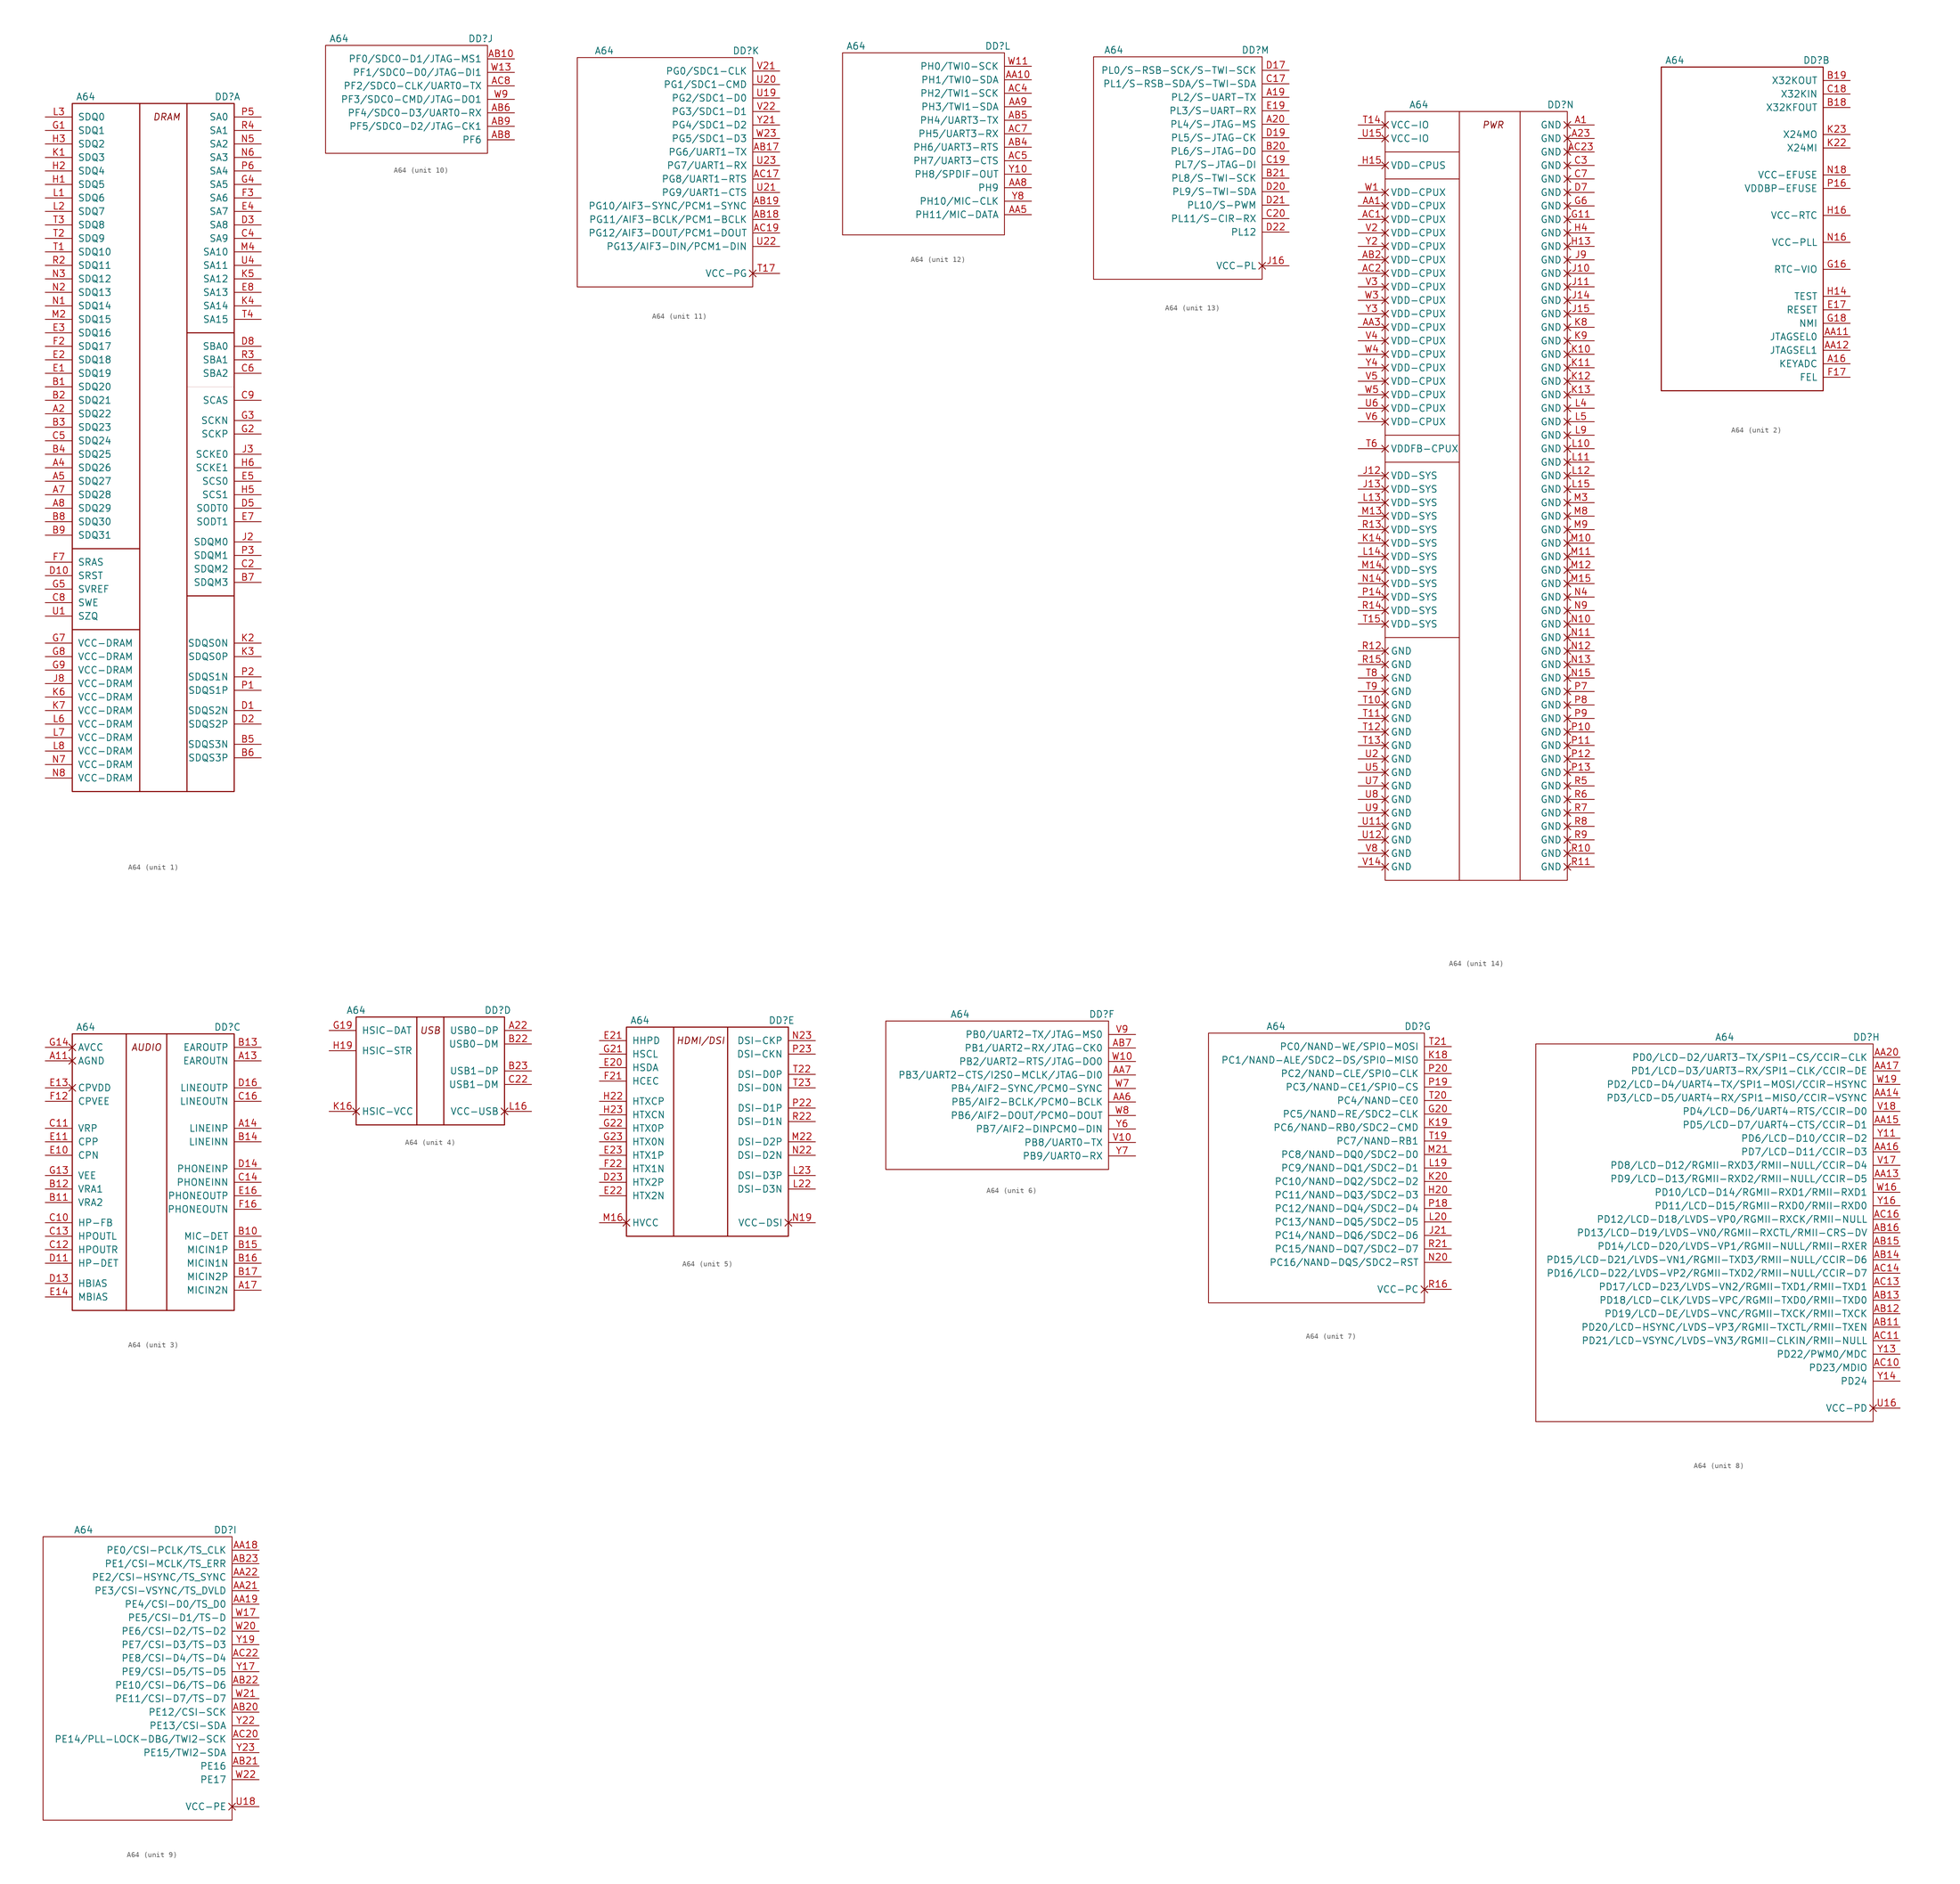
<source format=kicad_sym>
(kicad_symbol_lib
  (version 20211014)
  (generator kicad_symbol_editor)
  (symbol "A64"
    (pin_names
      (offset 1.016))
    (property "Reference" "DD"
      (at -1.27 1.27 0)
      (effects (font (size 1.27 1.27))))
    (property "Value" "A64"
      (at -27.94 1.27 0)
      (effects (font (size 1.27 1.27))))
    (property "ki_locked" ""
      (at 0 0 0)
      (effects (font (size 1.27 1.27))))
    (symbol "A64_1_0"
      (pin passive line (at -35.56 -58.42 0) (length 5.08) (name "SDQ22" (effects (font (size 1.27 1.27)))) (number "A2" (effects (font (size 1.27 1.27)))))
      (pin passive line (at -35.56 -68.58 0) (length 5.08) (name "SDQ26" (effects (font (size 1.27 1.27)))) (number "A4" (effects (font (size 1.27 1.27)))))
      (pin passive line (at -35.56 -71.12 0) (length 5.08) (name "SDQ27" (effects (font (size 1.27 1.27)))) (number "A5" (effects (font (size 1.27 1.27)))))
      (pin passive line (at -35.56 -73.66 0) (length 5.08) (name "SDQ28" (effects (font (size 1.27 1.27)))) (number "A7" (effects (font (size 1.27 1.27)))))
      (pin passive line (at -35.56 -76.2 0) (length 5.08) (name "SDQ29" (effects (font (size 1.27 1.27)))) (number "A8" (effects (font (size 1.27 1.27)))))
      (pin passive line (at -35.56 -53.34 0) (length 5.08) (name "SDQ20" (effects (font (size 1.27 1.27)))) (number "B1" (effects (font (size 1.27 1.27)))))
      (pin passive line (at -35.56 -55.88 0) (length 5.08) (name "SDQ21" (effects (font (size 1.27 1.27)))) (number "B2" (effects (font (size 1.27 1.27)))))
      (pin passive line (at -35.56 -60.96 0) (length 5.08) (name "SDQ23" (effects (font (size 1.27 1.27)))) (number "B3" (effects (font (size 1.27 1.27)))))
      (pin passive line (at -35.56 -66.04 0) (length 5.08) (name "SDQ25" (effects (font (size 1.27 1.27)))) (number "B4" (effects (font (size 1.27 1.27)))))
      (pin passive line (at 5.08 -120.65 180) (length 5.08) (name "SDQS3N" (effects (font (size 1.27 1.27)))) (number "B5" (effects (font (size 1.27 1.27)))))
      (pin passive line (at 5.08 -123.19 180) (length 5.08) (name "SDQS3P" (effects (font (size 1.27 1.27)))) (number "B6" (effects (font (size 1.27 1.27)))))
      (pin passive line (at 5.08 -90.17 180) (length 5.08) (name "SDQM3" (effects (font (size 1.27 1.27)))) (number "B7" (effects (font (size 1.27 1.27)))))
      (pin passive line (at -35.56 -78.74 0) (length 5.08) (name "SDQ30" (effects (font (size 1.27 1.27)))) (number "B8" (effects (font (size 1.27 1.27)))))
      (pin passive line (at -35.56 -81.28 0) (length 5.08) (name "SDQ31" (effects (font (size 1.27 1.27)))) (number "B9" (effects (font (size 1.27 1.27)))))
      (pin passive line (at 5.08 -87.63 180) (length 5.08) (name "SDQM2" (effects (font (size 1.27 1.27)))) (number "C2" (effects (font (size 1.27 1.27)))))
      (pin passive line (at 5.08 -25.4 180) (length 5.08) (name "SA9" (effects (font (size 1.27 1.27)))) (number "C4" (effects (font (size 1.27 1.27)))))
      (pin passive line (at -35.56 -63.5 0) (length 5.08) (name "SDQ24" (effects (font (size 1.27 1.27)))) (number "C5" (effects (font (size 1.27 1.27)))))
      (pin passive line (at 5.08 -50.8 180) (length 5.08) (name "SBA2" (effects (font (size 1.27 1.27)))) (number "C6" (effects (font (size 1.27 1.27)))))
      (pin passive line (at -35.56 -93.98 0) (length 5.08) (name "SWE" (effects (font (size 1.27 1.27)))) (number "C8" (effects (font (size 1.27 1.27)))))
      (pin passive line (at 5.08 -55.88 180) (length 5.08) (name "SCAS" (effects (font (size 1.27 1.27)))) (number "C9" (effects (font (size 1.27 1.27)))))
      (pin passive line (at 5.08 -114.3 180) (length 5.08) (name "SDQS2N" (effects (font (size 1.27 1.27)))) (number "D1" (effects (font (size 1.27 1.27)))))
      (pin passive line (at -35.56 -88.9 0) (length 5.08) (name "SRST" (effects (font (size 1.27 1.27)))) (number "D10" (effects (font (size 1.27 1.27)))))
      (pin passive line (at 5.08 -116.84 180) (length 5.08) (name "SDQS2P" (effects (font (size 1.27 1.27)))) (number "D2" (effects (font (size 1.27 1.27)))))
      (pin passive line (at 5.08 -22.86 180) (length 5.08) (name "SA8" (effects (font (size 1.27 1.27)))) (number "D3" (effects (font (size 1.27 1.27)))))
      (pin passive line (at 5.08 -76.2 180) (length 5.08) (name "SODT0" (effects (font (size 1.27 1.27)))) (number "D5" (effects (font (size 1.27 1.27)))))
      (pin passive line (at 5.08 -45.72 180) (length 5.08) (name "SBA0" (effects (font (size 1.27 1.27)))) (number "D8" (effects (font (size 1.27 1.27)))))
      (pin passive line (at -35.56 -50.8 0) (length 5.08) (name "SDQ19" (effects (font (size 1.27 1.27)))) (number "E1" (effects (font (size 1.27 1.27)))))
      (pin passive line (at -35.56 -48.26 0) (length 5.08) (name "SDQ18" (effects (font (size 1.27 1.27)))) (number "E2" (effects (font (size 1.27 1.27)))))
      (pin passive line (at -35.56 -43.18 0) (length 5.08) (name "SDQ16" (effects (font (size 1.27 1.27)))) (number "E3" (effects (font (size 1.27 1.27)))))
      (pin passive line (at 5.08 -20.32 180) (length 5.08) (name "SA7" (effects (font (size 1.27 1.27)))) (number "E4" (effects (font (size 1.27 1.27)))))
      (pin passive line (at 5.08 -71.12 180) (length 5.08) (name "SCS0" (effects (font (size 1.27 1.27)))) (number "E5" (effects (font (size 1.27 1.27)))))
      (pin passive line (at 5.08 -78.74 180) (length 5.08) (name "SODT1" (effects (font (size 1.27 1.27)))) (number "E7" (effects (font (size 1.27 1.27)))))
      (pin passive line (at 5.08 -35.56 180) (length 5.08) (name "SA13" (effects (font (size 1.27 1.27)))) (number "E8" (effects (font (size 1.27 1.27)))))
      (pin passive line (at -35.56 -45.72 0) (length 5.08) (name "SDQ17" (effects (font (size 1.27 1.27)))) (number "F2" (effects (font (size 1.27 1.27)))))
      (pin passive line (at 5.08 -17.78 180) (length 5.08) (name "SA6" (effects (font (size 1.27 1.27)))) (number "F3" (effects (font (size 1.27 1.27)))))
      (pin passive line (at -35.56 -86.36 0) (length 5.08) (name "SRAS" (effects (font (size 1.27 1.27)))) (number "F7" (effects (font (size 1.27 1.27)))))
      (pin passive line (at -35.56 -5.08 0) (length 5.08) (name "SDQ1" (effects (font (size 1.27 1.27)))) (number "G1" (effects (font (size 1.27 1.27)))))
      (pin passive line (at 5.08 -62.23 180) (length 5.08) (name "SCKP" (effects (font (size 1.27 1.27)))) (number "G2" (effects (font (size 1.27 1.27)))))
      (pin passive line (at 5.08 -59.69 180) (length 5.08) (name "SCKN" (effects (font (size 1.27 1.27)))) (number "G3" (effects (font (size 1.27 1.27)))))
      (pin passive line (at 5.08 -15.24 180) (length 5.08) (name "SA5" (effects (font (size 1.27 1.27)))) (number "G4" (effects (font (size 1.27 1.27)))))
      (pin passive line (at -35.56 -91.44 0) (length 5.08) (name "SVREF" (effects (font (size 1.27 1.27)))) (number "G5" (effects (font (size 1.27 1.27)))))
      (pin passive line (at -35.56 -101.6 0) (length 5.08) (name "VCC-DRAM" (effects (font (size 1.27 1.27)))) (number "G7" (effects (font (size 1.27 1.27)))))
      (pin passive line (at -35.56 -104.14 0) (length 5.08) (name "VCC-DRAM" (effects (font (size 1.27 1.27)))) (number "G8" (effects (font (size 1.27 1.27)))))
      (pin passive line (at -35.56 -106.68 0) (length 5.08) (name "VCC-DRAM" (effects (font (size 1.27 1.27)))) (number "G9" (effects (font (size 1.27 1.27)))))
      (pin passive line (at -35.56 -15.24 0) (length 5.08) (name "SDQ5" (effects (font (size 1.27 1.27)))) (number "H1" (effects (font (size 1.27 1.27)))))
      (pin passive line (at -35.56 -12.7 0) (length 5.08) (name "SDQ4" (effects (font (size 1.27 1.27)))) (number "H2" (effects (font (size 1.27 1.27)))))
      (pin passive line (at -35.56 -7.62 0) (length 5.08) (name "SDQ2" (effects (font (size 1.27 1.27)))) (number "H3" (effects (font (size 1.27 1.27)))))
      (pin passive line (at 5.08 -73.66 180) (length 5.08) (name "SCS1" (effects (font (size 1.27 1.27)))) (number "H5" (effects (font (size 1.27 1.27)))))
      (pin passive line (at 5.08 -68.58 180) (length 5.08) (name "SCKE1" (effects (font (size 1.27 1.27)))) (number "H6" (effects (font (size 1.27 1.27)))))
      (pin passive line (at 5.08 -82.55 180) (length 5.08) (name "SDQM0" (effects (font (size 1.27 1.27)))) (number "J2" (effects (font (size 1.27 1.27)))))
      (pin passive line (at 5.08 -66.04 180) (length 5.08) (name "SCKE0" (effects (font (size 1.27 1.27)))) (number "J3" (effects (font (size 1.27 1.27)))))
      (pin passive line (at -35.56 -109.22 0) (length 5.08) (name "VCC-DRAM" (effects (font (size 1.27 1.27)))) (number "J8" (effects (font (size 1.27 1.27)))))
      (pin passive line (at -35.56 -10.16 0) (length 5.08) (name "SDQ3" (effects (font (size 1.27 1.27)))) (number "K1" (effects (font (size 1.27 1.27)))))
      (pin passive line (at 5.08 -101.6 180) (length 5.08) (name "SDQS0N" (effects (font (size 1.27 1.27)))) (number "K2" (effects (font (size 1.27 1.27)))))
      (pin passive line (at 5.08 -104.14 180) (length 5.08) (name "SDQS0P" (effects (font (size 1.27 1.27)))) (number "K3" (effects (font (size 1.27 1.27)))))
      (pin passive line (at 5.08 -38.1 180) (length 5.08) (name "SA14" (effects (font (size 1.27 1.27)))) (number "K4" (effects (font (size 1.27 1.27)))))
      (pin passive line (at 5.08 -33.02 180) (length 5.08) (name "SA12" (effects (font (size 1.27 1.27)))) (number "K5" (effects (font (size 1.27 1.27)))))
      (pin passive line (at -35.56 -111.76 0) (length 5.08) (name "VCC-DRAM" (effects (font (size 1.27 1.27)))) (number "K6" (effects (font (size 1.27 1.27)))))
      (pin passive line (at -35.56 -114.3 0) (length 5.08) (name "VCC-DRAM" (effects (font (size 1.27 1.27)))) (number "K7" (effects (font (size 1.27 1.27)))))
      (pin passive line (at -35.56 -17.78 0) (length 5.08) (name "SDQ6" (effects (font (size 1.27 1.27)))) (number "L1" (effects (font (size 1.27 1.27)))))
      (pin passive line (at -35.56 -20.32 0) (length 5.08) (name "SDQ7" (effects (font (size 1.27 1.27)))) (number "L2" (effects (font (size 1.27 1.27)))))
      (pin passive line (at -35.56 -2.54 0) (length 5.08) (name "SDQ0" (effects (font (size 1.27 1.27)))) (number "L3" (effects (font (size 1.27 1.27)))))
      (pin passive line (at -35.56 -116.84 0) (length 5.08) (name "VCC-DRAM" (effects (font (size 1.27 1.27)))) (number "L6" (effects (font (size 1.27 1.27)))))
      (pin passive line (at -35.56 -119.38 0) (length 5.08) (name "VCC-DRAM" (effects (font (size 1.27 1.27)))) (number "L7" (effects (font (size 1.27 1.27)))))
      (pin passive line (at -35.56 -121.92 0) (length 5.08) (name "VCC-DRAM" (effects (font (size 1.27 1.27)))) (number "L8" (effects (font (size 1.27 1.27)))))
      (pin passive line (at -35.56 -40.64 0) (length 5.08) (name "SDQ15" (effects (font (size 1.27 1.27)))) (number "M2" (effects (font (size 1.27 1.27)))))
      (pin passive line (at 5.08 -27.94 180) (length 5.08) (name "SA10" (effects (font (size 1.27 1.27)))) (number "M4" (effects (font (size 1.27 1.27)))))
      (pin passive line (at -35.56 -38.1 0) (length 5.08) (name "SDQ14" (effects (font (size 1.27 1.27)))) (number "N1" (effects (font (size 1.27 1.27)))))
      (pin passive line (at -35.56 -35.56 0) (length 5.08) (name "SDQ13" (effects (font (size 1.27 1.27)))) (number "N2" (effects (font (size 1.27 1.27)))))
      (pin passive line (at -35.56 -33.02 0) (length 5.08) (name "SDQ12" (effects (font (size 1.27 1.27)))) (number "N3" (effects (font (size 1.27 1.27)))))
      (pin passive line (at 5.08 -7.62 180) (length 5.08) (name "SA2" (effects (font (size 1.27 1.27)))) (number "N5" (effects (font (size 1.27 1.27)))))
      (pin passive line (at 5.08 -10.16 180) (length 5.08) (name "SA3" (effects (font (size 1.27 1.27)))) (number "N6" (effects (font (size 1.27 1.27)))))
      (pin passive line (at -35.56 -124.46 0) (length 5.08) (name "VCC-DRAM" (effects (font (size 1.27 1.27)))) (number "N7" (effects (font (size 1.27 1.27)))))
      (pin passive line (at -35.56 -127 0) (length 5.08) (name "VCC-DRAM" (effects (font (size 1.27 1.27)))) (number "N8" (effects (font (size 1.27 1.27)))))
      (pin passive line (at 5.08 -110.49 180) (length 5.08) (name "SDQS1P" (effects (font (size 1.27 1.27)))) (number "P1" (effects (font (size 1.27 1.27)))))
      (pin passive line (at 5.08 -107.95 180) (length 5.08) (name "SDQS1N" (effects (font (size 1.27 1.27)))) (number "P2" (effects (font (size 1.27 1.27)))))
      (pin passive line (at 5.08 -85.09 180) (length 5.08) (name "SDQM1" (effects (font (size 1.27 1.27)))) (number "P3" (effects (font (size 1.27 1.27)))))
      (pin passive line (at 5.08 -2.54 180) (length 5.08) (name "SA0" (effects (font (size 1.27 1.27)))) (number "P5" (effects (font (size 1.27 1.27)))))
      (pin passive line (at 5.08 -12.7 180) (length 5.08) (name "SA4" (effects (font (size 1.27 1.27)))) (number "P6" (effects (font (size 1.27 1.27)))))
      (pin passive line (at -35.56 -30.48 0) (length 5.08) (name "SDQ11" (effects (font (size 1.27 1.27)))) (number "R2" (effects (font (size 1.27 1.27)))))
      (pin passive line (at 5.08 -48.26 180) (length 5.08) (name "SBA1" (effects (font (size 1.27 1.27)))) (number "R3" (effects (font (size 1.27 1.27)))))
      (pin passive line (at 5.08 -5.08 180) (length 5.08) (name "SA1" (effects (font (size 1.27 1.27)))) (number "R4" (effects (font (size 1.27 1.27)))))
      (pin passive line (at -35.56 -27.94 0) (length 5.08) (name "SDQ10" (effects (font (size 1.27 1.27)))) (number "T1" (effects (font (size 1.27 1.27)))))
      (pin passive line (at -35.56 -25.4 0) (length 5.08) (name "SDQ9" (effects (font (size 1.27 1.27)))) (number "T2" (effects (font (size 1.27 1.27)))))
      (pin passive line (at -35.56 -22.86 0) (length 5.08) (name "SDQ8" (effects (font (size 1.27 1.27)))) (number "T3" (effects (font (size 1.27 1.27)))))
      (pin passive line (at 5.08 -40.64 180) (length 5.08) (name "SA15" (effects (font (size 1.27 1.27)))) (number "T4" (effects (font (size 1.27 1.27)))))
      (pin passive line (at -35.56 -96.52 0) (length 5.08) (name "SZQ" (effects (font (size 1.27 1.27)))) (number "U1" (effects (font (size 1.27 1.27)))))
      (pin passive line (at 5.08 -30.48 180) (length 5.08) (name "SA11" (effects (font (size 1.27 1.27)))) (number "U4" (effects (font (size 1.27 1.27))))))
    (symbol "A64_1_1"
      (rectangle (start -30.48 0) (end 0 -129.54) (stroke (width 0.2) (type default) (color 0 0 0 0)) (fill (type none)))
      (polyline (pts (xy -30.48 -99.06) (xy -17.78 -99.06)) (stroke (width 0.2) (type default) (color 0 0 0 0)) (fill (type none)))
      (polyline (pts (xy -30.48 -83.82) (xy -17.78 -83.82)) (stroke (width 0.2) (type default) (color 0 0 0 0)) (fill (type none)))
      (polyline (pts (xy -17.78 -129.54) (xy -17.78 0)) (stroke (width 0.2) (type default) (color 0 0 0 0)) (fill (type none)))
      (polyline (pts (xy -8.89 -129.54) (xy -8.89 0)) (stroke (width 0.2) (type default) (color 0 0 0 0)) (fill (type none)))
      (polyline (pts (xy 0 -92.71) (xy -8.89 -92.71)) (stroke (width 0.2) (type default) (color 0 0 0 0)) (fill (type none)))
      (polyline (pts (xy 0 -53.34) (xy -8.89 -53.34)) (stroke (width 0.001) (type default) (color 0 0 0 0)) (fill (type none)))
      (polyline (pts (xy 0 -43.18) (xy -8.89 -43.18)) (stroke (width 0.2) (type default) (color 0 0 0 0)) (fill (type none)))
      (text "DRAM" (at -12.7 -2.54 0) (effects (font (size 1.27 1.27) italic))))
    (symbol "A64_2_0"
      (pin passive line (at 5.08 -55.88 180) (length 5.08) (name "KEYADC" (effects (font (size 1.27 1.27)))) (number "A16" (effects (font (size 1.27 1.27)))))
      (pin passive line (at 5.08 -50.8 180) (length 5.08) (name "JTAGSEL0" (effects (font (size 1.27 1.27)))) (number "AA11" (effects (font (size 1.27 1.27)))))
      (pin passive line (at 5.08 -53.34 180) (length 5.08) (name "JTAGSEL1" (effects (font (size 1.27 1.27)))) (number "AA12" (effects (font (size 1.27 1.27)))))
      (pin passive line (at 5.08 -7.62 180) (length 5.08) (name "X32KFOUT" (effects (font (size 1.27 1.27)))) (number "B18" (effects (font (size 1.27 1.27)))))
      (pin passive line (at 5.08 -2.54 180) (length 5.08) (name "X32KOUT" (effects (font (size 1.27 1.27)))) (number "B19" (effects (font (size 1.27 1.27)))))
      (pin passive line (at 5.08 -5.08 180) (length 5.08) (name "X32KIN" (effects (font (size 1.27 1.27)))) (number "C18" (effects (font (size 1.27 1.27)))))
      (pin passive line (at 5.08 -45.72 180) (length 5.08) (name "RESET" (effects (font (size 1.27 1.27)))) (number "E17" (effects (font (size 1.27 1.27)))))
      (pin passive line (at 5.08 -58.42 180) (length 5.08) (name "FEL" (effects (font (size 1.27 1.27)))) (number "F17" (effects (font (size 1.27 1.27)))))
      (pin passive line (at 5.08 -38.1 180) (length 5.08) (name "RTC-VIO" (effects (font (size 1.27 1.27)))) (number "G16" (effects (font (size 1.27 1.27)))))
      (pin passive line (at 5.08 -48.26 180) (length 5.08) (name "NMI" (effects (font (size 1.27 1.27)))) (number "G18" (effects (font (size 1.27 1.27)))))
      (pin passive line (at 5.08 -43.18 180) (length 5.08) (name "TEST" (effects (font (size 1.27 1.27)))) (number "H14" (effects (font (size 1.27 1.27)))))
      (pin passive line (at 5.08 -27.94 180) (length 5.08) (name "VCC-RTC" (effects (font (size 1.27 1.27)))) (number "H16" (effects (font (size 1.27 1.27)))))
      (pin passive line (at 5.08 -15.24 180) (length 5.08) (name "X24MI" (effects (font (size 1.27 1.27)))) (number "K22" (effects (font (size 1.27 1.27)))))
      (pin passive line (at 5.08 -12.7 180) (length 5.08) (name "X24MO" (effects (font (size 1.27 1.27)))) (number "K23" (effects (font (size 1.27 1.27)))))
      (pin passive line (at 5.08 -33.02 180) (length 5.08) (name "VCC-PLL" (effects (font (size 1.27 1.27)))) (number "N16" (effects (font (size 1.27 1.27)))))
      (pin passive line (at 5.08 -20.32 180) (length 5.08) (name "VCC-EFUSE" (effects (font (size 1.27 1.27)))) (number "N18" (effects (font (size 1.27 1.27)))))
      (pin passive line (at 5.08 -22.86 180) (length 5.08) (name "VDDBP-EFUSE" (effects (font (size 1.27 1.27)))) (number "P16" (effects (font (size 1.27 1.27))))))
    (symbol "A64_2_1"
      (rectangle (start -30.48 0) (end 0 -60.96) (stroke (width 0.2) (type default) (color 0 0 0 0)) (fill (type none))))
    (symbol "A64_3_0"
      (pin passive non_logic (at -35.56 -5.08 0) (length 5.08) (name "AGND" (effects (font (size 1.27 1.27)))) (number "A11" (effects (font (size 1.27 1.27)))))
      (pin passive line (at 5.08 -5.08 180) (length 5.08) (name "EAROUTN" (effects (font (size 1.27 1.27)))) (number "A13" (effects (font (size 1.27 1.27)))))
      (pin passive line (at 5.08 -17.78 180) (length 5.08) (name "LINEINP" (effects (font (size 1.27 1.27)))) (number "A14" (effects (font (size 1.27 1.27)))))
      (pin passive line (at 5.08 -48.26 180) (length 5.08) (name "MICIN2N" (effects (font (size 1.27 1.27)))) (number "A17" (effects (font (size 1.27 1.27)))))
      (pin passive line (at 5.08 -38.1 180) (length 5.08) (name "MIC-DET" (effects (font (size 1.27 1.27)))) (number "B10" (effects (font (size 1.27 1.27)))))
      (pin passive line (at -35.56 -31.75 0) (length 5.08) (name "VRA2" (effects (font (size 1.27 1.27)))) (number "B11" (effects (font (size 1.27 1.27)))))
      (pin passive line (at -35.56 -29.21 0) (length 5.08) (name "VRA1" (effects (font (size 1.27 1.27)))) (number "B12" (effects (font (size 1.27 1.27)))))
      (pin passive line (at 5.08 -2.54 180) (length 5.08) (name "EAROUTP" (effects (font (size 1.27 1.27)))) (number "B13" (effects (font (size 1.27 1.27)))))
      (pin passive line (at 5.08 -20.32 180) (length 5.08) (name "LINEINN" (effects (font (size 1.27 1.27)))) (number "B14" (effects (font (size 1.27 1.27)))))
      (pin passive line (at 5.08 -40.64 180) (length 5.08) (name "MICIN1P" (effects (font (size 1.27 1.27)))) (number "B15" (effects (font (size 1.27 1.27)))))
      (pin passive line (at 5.08 -43.18 180) (length 5.08) (name "MICIN1N" (effects (font (size 1.27 1.27)))) (number "B16" (effects (font (size 1.27 1.27)))))
      (pin passive line (at 5.08 -45.72 180) (length 5.08) (name "MICIN2P" (effects (font (size 1.27 1.27)))) (number "B17" (effects (font (size 1.27 1.27)))))
      (pin passive line (at -35.56 -35.56 0) (length 5.08) (name "HP-FB" (effects (font (size 1.27 1.27)))) (number "C10" (effects (font (size 1.27 1.27)))))
      (pin passive line (at -35.56 -17.78 0) (length 5.08) (name "VRP" (effects (font (size 1.27 1.27)))) (number "C11" (effects (font (size 1.27 1.27)))))
      (pin passive line (at -35.56 -40.64 0) (length 5.08) (name "HPOUTR" (effects (font (size 1.27 1.27)))) (number "C12" (effects (font (size 1.27 1.27)))))
      (pin passive line (at -35.56 -38.1 0) (length 5.08) (name "HPOUTL" (effects (font (size 1.27 1.27)))) (number "C13" (effects (font (size 1.27 1.27)))))
      (pin passive line (at 5.08 -27.94 180) (length 5.08) (name "PHONEINN" (effects (font (size 1.27 1.27)))) (number "C14" (effects (font (size 1.27 1.27)))))
      (pin passive line (at 5.08 -12.7 180) (length 5.08) (name "LINEOUTN" (effects (font (size 1.27 1.27)))) (number "C16" (effects (font (size 1.27 1.27)))))
      (pin passive line (at -35.56 -43.18 0) (length 5.08) (name "HP-DET" (effects (font (size 1.27 1.27)))) (number "D11" (effects (font (size 1.27 1.27)))))
      (pin passive line (at -35.56 -46.99 0) (length 5.08) (name "HBIAS" (effects (font (size 1.27 1.27)))) (number "D13" (effects (font (size 1.27 1.27)))))
      (pin passive line (at 5.08 -25.4 180) (length 5.08) (name "PHONEINP" (effects (font (size 1.27 1.27)))) (number "D14" (effects (font (size 1.27 1.27)))))
      (pin passive line (at 5.08 -10.16 180) (length 5.08) (name "LINEOUTP" (effects (font (size 1.27 1.27)))) (number "D16" (effects (font (size 1.27 1.27)))))
      (pin passive line (at -35.56 -22.86 0) (length 5.08) (name "CPN" (effects (font (size 1.27 1.27)))) (number "E10" (effects (font (size 1.27 1.27)))))
      (pin passive line (at -35.56 -20.32 0) (length 5.08) (name "CPP" (effects (font (size 1.27 1.27)))) (number "E11" (effects (font (size 1.27 1.27)))))
      (pin passive non_logic (at -35.56 -10.16 0) (length 5.08) (name "CPVDD" (effects (font (size 1.27 1.27)))) (number "E13" (effects (font (size 1.27 1.27)))))
      (pin passive line (at -35.56 -49.53 0) (length 5.08) (name "MBIAS" (effects (font (size 1.27 1.27)))) (number "E14" (effects (font (size 1.27 1.27)))))
      (pin passive line (at 5.08 -30.48 180) (length 5.08) (name "PHONEOUTP" (effects (font (size 1.27 1.27)))) (number "E16" (effects (font (size 1.27 1.27)))))
      (pin passive line (at -35.56 -12.7 0) (length 5.08) (name "CPVEE" (effects (font (size 1.27 1.27)))) (number "F12" (effects (font (size 1.27 1.27)))))
      (pin passive line (at 5.08 -33.02 180) (length 5.08) (name "PHONEOUTN" (effects (font (size 1.27 1.27)))) (number "F16" (effects (font (size 1.27 1.27)))))
      (pin passive line (at -35.56 -26.67 0) (length 5.08) (name "VEE" (effects (font (size 1.27 1.27)))) (number "G13" (effects (font (size 1.27 1.27)))))
      (pin passive non_logic (at -35.56 -2.54 0) (length 5.08) (name "AVCC" (effects (font (size 1.27 1.27)))) (number "G14" (effects (font (size 1.27 1.27))))))
    (symbol "A64_3_1"
      (rectangle (start -30.48 0) (end 0 -52.07) (stroke (width 0.2) (type default) (color 0 0 0 0)) (fill (type none)))
      (polyline (pts (xy -20.32 -52.07) (xy -20.32 0)) (stroke (width 0.2) (type default) (color 0 0 0 0)) (fill (type none)))
      (polyline (pts (xy -12.7 -52.07) (xy -12.7 0)) (stroke (width 0.2) (type default) (color 0 0 0 0)) (fill (type none)))
      (text "AUDIO" (at -16.51 -2.54 0) (effects (font (size 1.27 1.27) italic))))
    (symbol "A64_4_0"
      (pin passive line (at 5.08 -2.54 180) (length 5.08) (name "USB0-DP" (effects (font (size 1.27 1.27)))) (number "A22" (effects (font (size 1.27 1.27)))))
      (pin passive line (at 5.08 -5.08 180) (length 5.08) (name "USB0-DM" (effects (font (size 1.27 1.27)))) (number "B22" (effects (font (size 1.27 1.27)))))
      (pin passive line (at 5.08 -10.16 180) (length 5.08) (name "USB1-DP" (effects (font (size 1.27 1.27)))) (number "B23" (effects (font (size 1.27 1.27)))))
      (pin passive line (at 5.08 -12.7 180) (length 5.08) (name "USB1-DM" (effects (font (size 1.27 1.27)))) (number "C22" (effects (font (size 1.27 1.27)))))
      (pin passive line (at -33.02 -2.54 0) (length 5.08) (name "HSIC-DAT" (effects (font (size 1.27 1.27)))) (number "G19" (effects (font (size 1.27 1.27)))))
      (pin passive line (at -33.02 -6.35 0) (length 5.08) (name "HSIC-STR" (effects (font (size 1.27 1.27)))) (number "H19" (effects (font (size 1.27 1.27)))))
      (pin passive non_logic (at -33.02 -17.78 0) (length 5.08) (name "HSIC-VCC" (effects (font (size 1.27 1.27)))) (number "K16" (effects (font (size 1.27 1.27)))))
      (pin passive non_logic (at 5.08 -17.78 180) (length 5.08) (name "VCC-USB" (effects (font (size 1.27 1.27)))) (number "L16" (effects (font (size 1.27 1.27))))))
    (symbol "A64_4_1"
      (rectangle (start -27.94 0) (end 0 -20.32) (stroke (width 0.2) (type default) (color 0 0 0 0)) (fill (type none)))
      (polyline (pts (xy -16.51 0) (xy -16.51 -20.32)) (stroke (width 0.2) (type default) (color 0 0 0 0)) (fill (type none)))
      (polyline (pts (xy -11.43 0) (xy -11.43 -20.32)) (stroke (width 0.2) (type default) (color 0 0 0 0)) (fill (type none)))
      (text "USB" (at -13.97 -2.54 0) (effects (font (size 1.27 1.27) italic))))
    (symbol "A64_5_0"
      (pin passive line (at -35.56 -29.21 0) (length 5.08) (name "HTX2P" (effects (font (size 1.27 1.27)))) (number "D23" (effects (font (size 1.27 1.27)))))
      (pin passive line (at -35.56 -7.62 0) (length 5.08) (name "HSDA" (effects (font (size 1.27 1.27)))) (number "E20" (effects (font (size 1.27 1.27)))))
      (pin passive line (at -35.56 -2.54 0) (length 5.08) (name "HHPD" (effects (font (size 1.27 1.27)))) (number "E21" (effects (font (size 1.27 1.27)))))
      (pin passive line (at -35.56 -31.75 0) (length 5.08) (name "HTX2N" (effects (font (size 1.27 1.27)))) (number "E22" (effects (font (size 1.27 1.27)))))
      (pin passive line (at -35.56 -24.13 0) (length 5.08) (name "HTX1P" (effects (font (size 1.27 1.27)))) (number "E23" (effects (font (size 1.27 1.27)))))
      (pin passive line (at -35.56 -10.16 0) (length 5.08) (name "HCEC" (effects (font (size 1.27 1.27)))) (number "F21" (effects (font (size 1.27 1.27)))))
      (pin passive line (at -35.56 -26.67 0) (length 5.08) (name "HTX1N" (effects (font (size 1.27 1.27)))) (number "F22" (effects (font (size 1.27 1.27)))))
      (pin passive line (at -35.56 -5.08 0) (length 5.08) (name "HSCL" (effects (font (size 1.27 1.27)))) (number "G21" (effects (font (size 1.27 1.27)))))
      (pin passive line (at -35.56 -19.05 0) (length 5.08) (name "HTX0P" (effects (font (size 1.27 1.27)))) (number "G22" (effects (font (size 1.27 1.27)))))
      (pin passive line (at -35.56 -21.59 0) (length 5.08) (name "HTX0N" (effects (font (size 1.27 1.27)))) (number "G23" (effects (font (size 1.27 1.27)))))
      (pin passive line (at -35.56 -13.97 0) (length 5.08) (name "HTXCP" (effects (font (size 1.27 1.27)))) (number "H22" (effects (font (size 1.27 1.27)))))
      (pin passive line (at -35.56 -16.51 0) (length 5.08) (name "HTXCN" (effects (font (size 1.27 1.27)))) (number "H23" (effects (font (size 1.27 1.27)))))
      (pin passive line (at 5.08 -30.48 180) (length 5.08) (name "DSI-D3N" (effects (font (size 1.27 1.27)))) (number "L22" (effects (font (size 1.27 1.27)))))
      (pin passive line (at 5.08 -27.94 180) (length 5.08) (name "DSI-D3P" (effects (font (size 1.27 1.27)))) (number "L23" (effects (font (size 1.27 1.27)))))
      (pin passive non_logic (at -35.56 -36.83 0) (length 5.08) (name "HVCC" (effects (font (size 1.27 1.27)))) (number "M16" (effects (font (size 1.27 1.27)))))
      (pin passive line (at 5.08 -21.59 180) (length 5.08) (name "DSI-D2P" (effects (font (size 1.27 1.27)))) (number "M22" (effects (font (size 1.27 1.27)))))
      (pin passive non_logic (at 5.08 -36.83 180) (length 5.08) (name "VCC-DSI" (effects (font (size 1.27 1.27)))) (number "N19" (effects (font (size 1.27 1.27)))))
      (pin passive line (at 5.08 -24.13 180) (length 5.08) (name "DSI-D2N" (effects (font (size 1.27 1.27)))) (number "N22" (effects (font (size 1.27 1.27)))))
      (pin passive line (at 5.08 -2.54 180) (length 5.08) (name "DSI-CKP" (effects (font (size 1.27 1.27)))) (number "N23" (effects (font (size 1.27 1.27)))))
      (pin passive line (at 5.08 -15.24 180) (length 5.08) (name "DSI-D1P" (effects (font (size 1.27 1.27)))) (number "P22" (effects (font (size 1.27 1.27)))))
      (pin passive line (at 5.08 -5.08 180) (length 5.08) (name "DSI-CKN" (effects (font (size 1.27 1.27)))) (number "P23" (effects (font (size 1.27 1.27)))))
      (pin passive line (at 5.08 -17.78 180) (length 5.08) (name "DSI-D1N" (effects (font (size 1.27 1.27)))) (number "R22" (effects (font (size 1.27 1.27)))))
      (pin passive line (at 5.08 -8.89 180) (length 5.08) (name "DSI-D0P" (effects (font (size 1.27 1.27)))) (number "T22" (effects (font (size 1.27 1.27)))))
      (pin passive line (at 5.08 -11.43 180) (length 5.08) (name "DSI-D0N" (effects (font (size 1.27 1.27)))) (number "T23" (effects (font (size 1.27 1.27))))))
    (symbol "A64_5_1"
      (rectangle (start -30.48 0) (end 0 -39.37) (stroke (width 0.2) (type default) (color 0 0 0 0)) (fill (type none)))
      (polyline (pts (xy -21.59 -39.37) (xy -21.59 0)) (stroke (width 0.2) (type default) (color 0 0 0 0)) (fill (type none)))
      (polyline (pts (xy -11.43 0) (xy -11.43 -39.37)) (stroke (width 0.2) (type default) (color 0 0 0 0)) (fill (type none)))
      (text "HDMI/DSI" (at -16.51 -2.54 0) (effects (font (size 1.27 1.27) italic))))
    (symbol "A64_6_0"
      (pin passive line (at 5.08 -15.24 180) (length 5.08) (name "PB5/AIF2-BCLK/PCM0-BCLK" (effects (font (size 1.27 1.27)))) (number "AA6" (effects (font (size 1.27 1.27)))))
      (pin passive line (at 5.08 -10.16 180) (length 5.08) (name "PB3/UART2-CTS/I2S0-MCLK/JTAG-DI0" (effects (font (size 1.27 1.27)))) (number "AA7" (effects (font (size 1.27 1.27)))))
      (pin passive line (at 5.08 -5.08 180) (length 5.08) (name "PB1/UART2-RX/JTAG-CK0" (effects (font (size 1.27 1.27)))) (number "AB7" (effects (font (size 1.27 1.27)))))
      (pin passive line (at 5.08 -22.86 180) (length 5.08) (name "PB8/UART0-TX" (effects (font (size 1.27 1.27)))) (number "V10" (effects (font (size 1.27 1.27)))))
      (pin passive line (at 5.08 -2.54 180) (length 5.08) (name "PB0/UART2-TX/JTAG-MS0" (effects (font (size 1.27 1.27)))) (number "V9" (effects (font (size 1.27 1.27)))))
      (pin passive line (at 5.08 -7.62 180) (length 5.08) (name "PB2/UART2-RTS/JTAG-DO0" (effects (font (size 1.27 1.27)))) (number "W10" (effects (font (size 1.27 1.27)))))
      (pin passive line (at 5.08 -12.7 180) (length 5.08) (name "PB4/AIF2-SYNC/PCM0-SYNC" (effects (font (size 1.27 1.27)))) (number "W7" (effects (font (size 1.27 1.27)))))
      (pin passive line (at 5.08 -17.78 180) (length 5.08) (name "PB6/AIF2-DOUT/PCM0-DOUT" (effects (font (size 1.27 1.27)))) (number "W8" (effects (font (size 1.27 1.27)))))
      (pin passive line (at 5.08 -20.32 180) (length 5.08) (name "PB7/AIF2-DINPCM0-DIN" (effects (font (size 1.27 1.27)))) (number "Y6" (effects (font (size 1.27 1.27)))))
      (pin passive line (at 5.08 -25.4 180) (length 5.08) (name "PB9/UART0-RX" (effects (font (size 1.27 1.27)))) (number "Y7" (effects (font (size 1.27 1.27))))))
    (symbol "A64_6_1"
      (rectangle (start -41.91 0) (end 0 -27.94) (stroke (width 0) (type default) (color 0 0 0 0)) (fill (type none))))
    (symbol "A64_7_0"
      (pin passive line (at 5.08 -15.24 180) (length 5.08) (name "PC5/NAND-RE/SDC2-CLK" (effects (font (size 1.27 1.27)))) (number "G20" (effects (font (size 1.27 1.27)))))
      (pin passive line (at 5.08 -30.48 180) (length 5.08) (name "PC11/NAND-DQ3/SDC2-D3" (effects (font (size 1.27 1.27)))) (number "H20" (effects (font (size 1.27 1.27)))))
      (pin passive line (at 5.08 -38.1 180) (length 5.08) (name "PC14/NAND-DQ6/SDC2-D6" (effects (font (size 1.27 1.27)))) (number "J21" (effects (font (size 1.27 1.27)))))
      (pin passive line (at 5.08 -5.08 180) (length 5.08) (name "PC1/NAND-ALE/SDC2-DS/SPI0-MISO" (effects (font (size 1.27 1.27)))) (number "K18" (effects (font (size 1.27 1.27)))))
      (pin passive line (at 5.08 -17.78 180) (length 5.08) (name "PC6/NAND-RB0/SDC2-CMD" (effects (font (size 1.27 1.27)))) (number "K19" (effects (font (size 1.27 1.27)))))
      (pin passive line (at 5.08 -27.94 180) (length 5.08) (name "PC10/NAND-DQ2/SDC2-D2" (effects (font (size 1.27 1.27)))) (number "K20" (effects (font (size 1.27 1.27)))))
      (pin passive line (at 5.08 -25.4 180) (length 5.08) (name "PC9/NAND-DQ1/SDC2-D1" (effects (font (size 1.27 1.27)))) (number "L19" (effects (font (size 1.27 1.27)))))
      (pin passive line (at 5.08 -35.56 180) (length 5.08) (name "PC13/NAND-DQ5/SDC2-D5" (effects (font (size 1.27 1.27)))) (number "L20" (effects (font (size 1.27 1.27)))))
      (pin passive line (at 5.08 -22.86 180) (length 5.08) (name "PC8/NAND-DQ0/SDC2-D0" (effects (font (size 1.27 1.27)))) (number "M21" (effects (font (size 1.27 1.27)))))
      (pin passive line (at 5.08 -43.18 180) (length 5.08) (name "PC16/NAND-DQS/SDC2-RST" (effects (font (size 1.27 1.27)))) (number "N20" (effects (font (size 1.27 1.27)))))
      (pin passive line (at 5.08 -33.02 180) (length 5.08) (name "PC12/NAND-DQ4/SDC2-D4" (effects (font (size 1.27 1.27)))) (number "P18" (effects (font (size 1.27 1.27)))))
      (pin passive line (at 5.08 -10.16 180) (length 5.08) (name "PC3/NAND-CE1/SPI0-CS" (effects (font (size 1.27 1.27)))) (number "P19" (effects (font (size 1.27 1.27)))))
      (pin passive line (at 5.08 -7.62 180) (length 5.08) (name "PC2/NAND-CLE/SPI0-CLK" (effects (font (size 1.27 1.27)))) (number "P20" (effects (font (size 1.27 1.27)))))
      (pin passive non_logic (at 5.08 -48.26 180) (length 5.08) (name "VCC-PC" (effects (font (size 1.27 1.27)))) (number "R16" (effects (font (size 1.27 1.27)))))
      (pin passive line (at 5.08 -40.64 180) (length 5.08) (name "PC15/NAND-DQ7/SDC2-D7" (effects (font (size 1.27 1.27)))) (number "R21" (effects (font (size 1.27 1.27)))))
      (pin passive line (at 5.08 -20.32 180) (length 5.08) (name "PC7/NAND-RB1" (effects (font (size 1.27 1.27)))) (number "T19" (effects (font (size 1.27 1.27)))))
      (pin passive line (at 5.08 -12.7 180) (length 5.08) (name "PC4/NAND-CE0" (effects (font (size 1.27 1.27)))) (number "T20" (effects (font (size 1.27 1.27)))))
      (pin passive line (at 5.08 -2.54 180) (length 5.08) (name "PC0/NAND-WE/SPI0-MOSI" (effects (font (size 1.27 1.27)))) (number "T21" (effects (font (size 1.27 1.27))))))
    (symbol "A64_7_1"
      (rectangle (start 0 0) (end -40.64 -50.8) (stroke (width 0) (type default) (color 0 0 0 0)) (fill (type none))))
    (symbol "A64_8_0"
      (pin passive line (at 5.08 -25.4 180) (length 5.08) (name "PD9/LCD-D13/RGMII-RXD2/RMII-NULL/CCIR-D5" (effects (font (size 1.27 1.27)))) (number "AA13" (effects (font (size 1.27 1.27)))))
      (pin passive line (at 5.08 -10.16 180) (length 5.08) (name "PD3/LCD-D5/UART4-RX/SPI1-MISO/CCIR-VSYNC" (effects (font (size 1.27 1.27)))) (number "AA14" (effects (font (size 1.27 1.27)))))
      (pin passive line (at 5.08 -15.24 180) (length 5.08) (name "PD5/LCD-D7/UART4-CTS/CCIR-D1" (effects (font (size 1.27 1.27)))) (number "AA15" (effects (font (size 1.27 1.27)))))
      (pin passive line (at 5.08 -20.32 180) (length 5.08) (name "PD7/LCD-D11/CCIR-D3" (effects (font (size 1.27 1.27)))) (number "AA16" (effects (font (size 1.27 1.27)))))
      (pin passive line (at 5.08 -5.08 180) (length 5.08) (name "PD1/LCD-D3/UART3-RX/SPI1-CLK/CCIR-DE" (effects (font (size 1.27 1.27)))) (number "AA17" (effects (font (size 1.27 1.27)))))
      (pin passive line (at 5.08 -2.54 180) (length 5.08) (name "PD0/LCD-D2/UART3-TX/SPI1-CS/CCIR-CLK" (effects (font (size 1.27 1.27)))) (number "AA20" (effects (font (size 1.27 1.27)))))
      (pin passive line (at 5.08 -53.34 180) (length 5.08) (name "PD20/LCD-HSYNC/LVDS-VP3/RGMII-TXCTL/RMII-TXEN" (effects (font (size 1.27 1.27)))) (number "AB11" (effects (font (size 1.27 1.27)))))
      (pin passive line (at 5.08 -50.8 180) (length 5.08) (name "PD19/LCD-DE/LVDS-VNC/RGMII-TXCK/RMII-TXCK" (effects (font (size 1.27 1.27)))) (number "AB12" (effects (font (size 1.27 1.27)))))
      (pin passive line (at 5.08 -48.26 180) (length 5.08) (name "PD18/LCD-CLK/LVDS-VPC/RGMII-TXD0/RMII-TXD0" (effects (font (size 1.27 1.27)))) (number "AB13" (effects (font (size 1.27 1.27)))))
      (pin passive line (at 5.08 -40.64 180) (length 5.08) (name "PD15/LCD-D21/LVDS-VN1/RGMII-TXD3/RMII-NULL/CCIR-D6" (effects (font (size 1.27 1.27)))) (number "AB14" (effects (font (size 1.27 1.27)))))
      (pin passive line (at 5.08 -38.1 180) (length 5.08) (name "PD14/LCD-D20/LVDS-VP1/RGMII-NULL/RMII-RXER" (effects (font (size 1.27 1.27)))) (number "AB15" (effects (font (size 1.27 1.27)))))
      (pin passive line (at 5.08 -35.56 180) (length 5.08) (name "PD13/LCD-D19/LVDS-VN0/RGMII-RXCTL/RMII-CRS-DV" (effects (font (size 1.27 1.27)))) (number "AB16" (effects (font (size 1.27 1.27)))))
      (pin passive line (at 5.08 -60.96 180) (length 5.08) (name "PD23/MDIO" (effects (font (size 1.27 1.27)))) (number "AC10" (effects (font (size 1.27 1.27)))))
      (pin passive line (at 5.08 -55.88 180) (length 5.08) (name "PD21/LCD-VSYNC/LVDS-VN3/RGMII-CLKIN/RMII-NULL" (effects (font (size 1.27 1.27)))) (number "AC11" (effects (font (size 1.27 1.27)))))
      (pin passive line (at 5.08 -45.72 180) (length 5.08) (name "PD17/LCD-D23/LVDS-VN2/RGMII-TXD1/RMII-TXD1" (effects (font (size 1.27 1.27)))) (number "AC13" (effects (font (size 1.27 1.27)))))
      (pin passive line (at 5.08 -43.18 180) (length 5.08) (name "PD16/LCD-D22/LVDS-VP2/RGMII-TXD2/RMII-NULL/CCIR-D7" (effects (font (size 1.27 1.27)))) (number "AC14" (effects (font (size 1.27 1.27)))))
      (pin passive line (at 5.08 -33.02 180) (length 5.08) (name "PD12/LCD-D18/LVDS-VP0/RGMII-RXCK/RMII-NULL" (effects (font (size 1.27 1.27)))) (number "AC16" (effects (font (size 1.27 1.27)))))
      (pin passive non_logic (at 5.08 -68.58 180) (length 5.08) (name "VCC-PD" (effects (font (size 1.27 1.27)))) (number "U16" (effects (font (size 1.27 1.27)))))
      (pin passive line (at 5.08 -22.86 180) (length 5.08) (name "PD8/LCD-D12/RGMII-RXD3/RMII-NULL/CCIR-D4" (effects (font (size 1.27 1.27)))) (number "V17" (effects (font (size 1.27 1.27)))))
      (pin passive line (at 5.08 -12.7 180) (length 5.08) (name "PD4/LCD-D6/UART4-RTS/CCIR-D0" (effects (font (size 1.27 1.27)))) (number "V18" (effects (font (size 1.27 1.27)))))
      (pin passive line (at 5.08 -27.94 180) (length 5.08) (name "PD10/LCD-D14/RGMII-RXD1/RMII-RXD1" (effects (font (size 1.27 1.27)))) (number "W16" (effects (font (size 1.27 1.27)))))
      (pin passive line (at 5.08 -7.62 180) (length 5.08) (name "PD2/LCD-D4/UART4-TX/SPI1-MOSI/CCIR-HSYNC" (effects (font (size 1.27 1.27)))) (number "W19" (effects (font (size 1.27 1.27)))))
      (pin passive line (at 5.08 -17.78 180) (length 5.08) (name "PD6/LCD-D10/CCIR-D2" (effects (font (size 1.27 1.27)))) (number "Y11" (effects (font (size 1.27 1.27)))))
      (pin passive line (at 5.08 -58.42 180) (length 5.08) (name "PD22/PWM0/MDC" (effects (font (size 1.27 1.27)))) (number "Y13" (effects (font (size 1.27 1.27)))))
      (pin passive line (at 5.08 -63.5 180) (length 5.08) (name "PD24" (effects (font (size 1.27 1.27)))) (number "Y14" (effects (font (size 1.27 1.27)))))
      (pin passive line (at 5.08 -30.48 180) (length 5.08) (name "PD11/LCD-D15/RGMII-RXD0/RMII-RXD0" (effects (font (size 1.27 1.27)))) (number "Y16" (effects (font (size 1.27 1.27))))))
    (symbol "A64_8_1"
      (rectangle (start 0 0) (end -63.5 -71.12) (stroke (width 0) (type default) (color 0 0 0 0)) (fill (type none))))
    (symbol "A64_9_0"
      (pin passive line (at 5.08 -2.54 180) (length 5.08) (name "PE0/CSI-PCLK/TS_CLK" (effects (font (size 1.27 1.27)))) (number "AA18" (effects (font (size 1.27 1.27)))))
      (pin passive line (at 5.08 -12.7 180) (length 5.08) (name "PE4/CSI-D0/TS_D0" (effects (font (size 1.27 1.27)))) (number "AA19" (effects (font (size 1.27 1.27)))))
      (pin passive line (at 5.08 -10.16 180) (length 5.08) (name "PE3/CSI-VSYNC/TS_DVLD" (effects (font (size 1.27 1.27)))) (number "AA21" (effects (font (size 1.27 1.27)))))
      (pin passive line (at 5.08 -7.62 180) (length 5.08) (name "PE2/CSI-HSYNC/TS_SYNC" (effects (font (size 1.27 1.27)))) (number "AA22" (effects (font (size 1.27 1.27)))))
      (pin passive line (at 5.08 -33.02 180) (length 5.08) (name "PE12/CSI-SCK" (effects (font (size 1.27 1.27)))) (number "AB20" (effects (font (size 1.27 1.27)))))
      (pin passive line (at 5.08 -43.18 180) (length 5.08) (name "PE16" (effects (font (size 1.27 1.27)))) (number "AB21" (effects (font (size 1.27 1.27)))))
      (pin passive line (at 5.08 -27.94 180) (length 5.08) (name "PE10/CSI-D6/TS-D6" (effects (font (size 1.27 1.27)))) (number "AB22" (effects (font (size 1.27 1.27)))))
      (pin passive line (at 5.08 -5.08 180) (length 5.08) (name "PE1/CSI-MCLK/TS_ERR" (effects (font (size 1.27 1.27)))) (number "AB23" (effects (font (size 1.27 1.27)))))
      (pin passive line (at 5.08 -38.1 180) (length 5.08) (name "PE14/PLL-LOCK-DBG/TWI2-SCK" (effects (font (size 1.27 1.27)))) (number "AC20" (effects (font (size 1.27 1.27)))))
      (pin passive line (at 5.08 -22.86 180) (length 5.08) (name "PE8/CSI-D4/TS-D4" (effects (font (size 1.27 1.27)))) (number "AC22" (effects (font (size 1.27 1.27)))))
      (pin passive non_logic (at 5.08 -50.8 180) (length 5.08) (name "VCC-PE" (effects (font (size 1.27 1.27)))) (number "U18" (effects (font (size 1.27 1.27)))))
      (pin passive line (at 5.08 -15.24 180) (length 5.08) (name "PE5/CSI-D1/TS-D" (effects (font (size 1.27 1.27)))) (number "W17" (effects (font (size 1.27 1.27)))))
      (pin passive line (at 5.08 -17.78 180) (length 5.08) (name "PE6/CSI-D2/TS-D2" (effects (font (size 1.27 1.27)))) (number "W20" (effects (font (size 1.27 1.27)))))
      (pin passive line (at 5.08 -30.48 180) (length 5.08) (name "PE11/CSI-D7/TS-D7" (effects (font (size 1.27 1.27)))) (number "W21" (effects (font (size 1.27 1.27)))))
      (pin passive line (at 5.08 -45.72 180) (length 5.08) (name "PE17" (effects (font (size 1.27 1.27)))) (number "W22" (effects (font (size 1.27 1.27)))))
      (pin passive line (at 5.08 -25.4 180) (length 5.08) (name "PE9/CSI-D5/TS-D5" (effects (font (size 1.27 1.27)))) (number "Y17" (effects (font (size 1.27 1.27)))))
      (pin passive line (at 5.08 -20.32 180) (length 5.08) (name "PE7/CSI-D3/TS-D3" (effects (font (size 1.27 1.27)))) (number "Y19" (effects (font (size 1.27 1.27)))))
      (pin passive line (at 5.08 -35.56 180) (length 5.08) (name "PE13/CSI-SDA" (effects (font (size 1.27 1.27)))) (number "Y22" (effects (font (size 1.27 1.27)))))
      (pin passive line (at 5.08 -40.64 180) (length 5.08) (name "PE15/TWI2-SDA" (effects (font (size 1.27 1.27)))) (number "Y23" (effects (font (size 1.27 1.27))))))
    (symbol "A64_9_1"
      (rectangle (start 0 0) (end -35.56 -53.34) (stroke (width 0) (type default) (color 0 0 0 0)) (fill (type none))))
    (symbol "A64_10_0"
      (pin passive line (at 5.08 -2.54 180) (length 5.08) (name "PF0/SDC0-D1/JTAG-MS1" (effects (font (size 1.27 1.27)))) (number "AB10" (effects (font (size 1.27 1.27)))))
      (pin passive line (at 5.08 -12.7 180) (length 5.08) (name "PF4/SDC0-D3/UART0-RX" (effects (font (size 1.27 1.27)))) (number "AB6" (effects (font (size 1.27 1.27)))))
      (pin passive line (at 5.08 -17.78 180) (length 5.08) (name "PF6" (effects (font (size 1.27 1.27)))) (number "AB8" (effects (font (size 1.27 1.27)))))
      (pin passive line (at 5.08 -15.24 180) (length 5.08) (name "PF5/SDC0-D2/JTAG-CK1" (effects (font (size 1.27 1.27)))) (number "AB9" (effects (font (size 1.27 1.27)))))
      (pin passive line (at 5.08 -7.62 180) (length 5.08) (name "PF2/SDC0-CLK/UART0-TX" (effects (font (size 1.27 1.27)))) (number "AC8" (effects (font (size 1.27 1.27)))))
      (pin passive line (at 5.08 -5.08 180) (length 5.08) (name "PF1/SDC0-D0/JTAG-DI1" (effects (font (size 1.27 1.27)))) (number "W13" (effects (font (size 1.27 1.27)))))
      (pin passive line (at 5.08 -10.16 180) (length 5.08) (name "PF3/SDC0-CMD/JTAG-DO1" (effects (font (size 1.27 1.27)))) (number "W9" (effects (font (size 1.27 1.27))))))
    (symbol "A64_10_1"
      (rectangle (start -30.48 0) (end 0 -20.32) (stroke (width 0) (type default) (color 0 0 0 0)) (fill (type none))))
    (symbol "A64_11_0"
      (pin passive line (at 5.08 -17.78 180) (length 5.08) (name "PG6/UART1-TX" (effects (font (size 1.27 1.27)))) (number "AB17" (effects (font (size 1.27 1.27)))))
      (pin passive line (at 5.08 -30.48 180) (length 5.08) (name "PG11/AIF3-BCLK/PCM1-BCLK" (effects (font (size 1.27 1.27)))) (number "AB18" (effects (font (size 1.27 1.27)))))
      (pin passive line (at 5.08 -27.94 180) (length 5.08) (name "PG10/AIF3-SYNC/PCM1-SYNC" (effects (font (size 1.27 1.27)))) (number "AB19" (effects (font (size 1.27 1.27)))))
      (pin passive line (at 5.08 -22.86 180) (length 5.08) (name "PG8/UART1-RTS" (effects (font (size 1.27 1.27)))) (number "AC17" (effects (font (size 1.27 1.27)))))
      (pin passive line (at 5.08 -33.02 180) (length 5.08) (name "PG12/AIF3-DOUT/PCM1-DOUT" (effects (font (size 1.27 1.27)))) (number "AC19" (effects (font (size 1.27 1.27)))))
      (pin passive non_logic (at 5.08 -40.64 180) (length 5.08) (name "VCC-PG" (effects (font (size 1.27 1.27)))) (number "T17" (effects (font (size 1.27 1.27)))))
      (pin passive line (at 5.08 -7.62 180) (length 5.08) (name "PG2/SDC1-D0" (effects (font (size 1.27 1.27)))) (number "U19" (effects (font (size 1.27 1.27)))))
      (pin passive line (at 5.08 -5.08 180) (length 5.08) (name "PG1/SDC1-CMD" (effects (font (size 1.27 1.27)))) (number "U20" (effects (font (size 1.27 1.27)))))
      (pin passive line (at 5.08 -25.4 180) (length 5.08) (name "PG9/UART1-CTS" (effects (font (size 1.27 1.27)))) (number "U21" (effects (font (size 1.27 1.27)))))
      (pin passive line (at 5.08 -35.56 180) (length 5.08) (name "PG13/AIF3-DIN/PCM1-DIN" (effects (font (size 1.27 1.27)))) (number "U22" (effects (font (size 1.27 1.27)))))
      (pin passive line (at 5.08 -20.32 180) (length 5.08) (name "PG7/UART1-RX" (effects (font (size 1.27 1.27)))) (number "U23" (effects (font (size 1.27 1.27)))))
      (pin passive line (at 5.08 -2.54 180) (length 5.08) (name "PG0/SDC1-CLK" (effects (font (size 1.27 1.27)))) (number "V21" (effects (font (size 1.27 1.27)))))
      (pin passive line (at 5.08 -10.16 180) (length 5.08) (name "PG3/SDC1-D1" (effects (font (size 1.27 1.27)))) (number "V22" (effects (font (size 1.27 1.27)))))
      (pin passive line (at 5.08 -15.24 180) (length 5.08) (name "PG5/SDC1-D3" (effects (font (size 1.27 1.27)))) (number "W23" (effects (font (size 1.27 1.27)))))
      (pin passive line (at 5.08 -12.7 180) (length 5.08) (name "PG4/SDC1-D2" (effects (font (size 1.27 1.27)))) (number "Y21" (effects (font (size 1.27 1.27))))))
    (symbol "A64_11_1"
      (rectangle (start 0 0) (end -33.02 -43.18) (stroke (width 0) (type default) (color 0 0 0 0)) (fill (type none))))
    (symbol "A64_12_0"
      (pin passive line (at 5.08 -5.08 180) (length 5.08) (name "PH1/TWI0-SDA" (effects (font (size 1.27 1.27)))) (number "AA10" (effects (font (size 1.27 1.27)))))
      (pin passive line (at 5.08 -30.48 180) (length 5.08) (name "PH11/MIC-DATA" (effects (font (size 1.27 1.27)))) (number "AA5" (effects (font (size 1.27 1.27)))))
      (pin passive line (at 5.08 -25.4 180) (length 5.08) (name "PH9" (effects (font (size 1.27 1.27)))) (number "AA8" (effects (font (size 1.27 1.27)))))
      (pin passive line (at 5.08 -10.16 180) (length 5.08) (name "PH3/TWI1-SDA" (effects (font (size 1.27 1.27)))) (number "AA9" (effects (font (size 1.27 1.27)))))
      (pin passive line (at 5.08 -17.78 180) (length 5.08) (name "PH6/UART3-RTS" (effects (font (size 1.27 1.27)))) (number "AB4" (effects (font (size 1.27 1.27)))))
      (pin passive line (at 5.08 -12.7 180) (length 5.08) (name "PH4/UART3-TX" (effects (font (size 1.27 1.27)))) (number "AB5" (effects (font (size 1.27 1.27)))))
      (pin passive line (at 5.08 -7.62 180) (length 5.08) (name "PH2/TWI1-SCK" (effects (font (size 1.27 1.27)))) (number "AC4" (effects (font (size 1.27 1.27)))))
      (pin passive line (at 5.08 -20.32 180) (length 5.08) (name "PH7/UART3-CTS" (effects (font (size 1.27 1.27)))) (number "AC5" (effects (font (size 1.27 1.27)))))
      (pin passive line (at 5.08 -15.24 180) (length 5.08) (name "PH5/UART3-RX" (effects (font (size 1.27 1.27)))) (number "AC7" (effects (font (size 1.27 1.27)))))
      (pin passive line (at 5.08 -2.54 180) (length 5.08) (name "PH0/TWI0-SCK" (effects (font (size 1.27 1.27)))) (number "W11" (effects (font (size 1.27 1.27)))))
      (pin passive line (at 5.08 -22.86 180) (length 5.08) (name "PH8/SPDIF-OUT" (effects (font (size 1.27 1.27)))) (number "Y10" (effects (font (size 1.27 1.27)))))
      (pin passive line (at 5.08 -27.94 180) (length 5.08) (name "PH10/MIC-CLK" (effects (font (size 1.27 1.27)))) (number "Y8" (effects (font (size 1.27 1.27))))))
    (symbol "A64_12_1"
      (rectangle (start -30.48 0) (end 0 -34.29) (stroke (width 0) (type default) (color 0 0 0 0)) (fill (type none))))
    (symbol "A64_13_0"
      (pin passive line (at 5.08 -7.62 180) (length 5.08) (name "PL2/S-UART-TX" (effects (font (size 1.27 1.27)))) (number "A19" (effects (font (size 1.27 1.27)))))
      (pin passive line (at 5.08 -12.7 180) (length 5.08) (name "PL4/S-JTAG-MS" (effects (font (size 1.27 1.27)))) (number "A20" (effects (font (size 1.27 1.27)))))
      (pin passive line (at 5.08 -17.78 180) (length 5.08) (name "PL6/S-JTAG-DO" (effects (font (size 1.27 1.27)))) (number "B20" (effects (font (size 1.27 1.27)))))
      (pin passive line (at 5.08 -22.86 180) (length 5.08) (name "PL8/S-TWI-SCK" (effects (font (size 1.27 1.27)))) (number "B21" (effects (font (size 1.27 1.27)))))
      (pin passive line (at 5.08 -5.08 180) (length 5.08) (name "PL1/S-RSB-SDA/S-TWI-SDA" (effects (font (size 1.27 1.27)))) (number "C17" (effects (font (size 1.27 1.27)))))
      (pin passive line (at 5.08 -20.32 180) (length 5.08) (name "PL7/S-JTAG-DI" (effects (font (size 1.27 1.27)))) (number "C19" (effects (font (size 1.27 1.27)))))
      (pin passive line (at 5.08 -30.48 180) (length 5.08) (name "PL11/S-CIR-RX" (effects (font (size 1.27 1.27)))) (number "C20" (effects (font (size 1.27 1.27)))))
      (pin passive line (at 5.08 -2.54 180) (length 5.08) (name "PL0/S-RSB-SCK/S-TWI-SCK" (effects (font (size 1.27 1.27)))) (number "D17" (effects (font (size 1.27 1.27)))))
      (pin passive line (at 5.08 -15.24 180) (length 5.08) (name "PL5/S-JTAG-CK" (effects (font (size 1.27 1.27)))) (number "D19" (effects (font (size 1.27 1.27)))))
      (pin passive line (at 5.08 -25.4 180) (length 5.08) (name "PL9/S-TWI-SDA" (effects (font (size 1.27 1.27)))) (number "D20" (effects (font (size 1.27 1.27)))))
      (pin passive line (at 5.08 -27.94 180) (length 5.08) (name "PL10/S-PWM" (effects (font (size 1.27 1.27)))) (number "D21" (effects (font (size 1.27 1.27)))))
      (pin passive line (at 5.08 -33.02 180) (length 5.08) (name "PL12" (effects (font (size 1.27 1.27)))) (number "D22" (effects (font (size 1.27 1.27)))))
      (pin passive line (at 5.08 -10.16 180) (length 5.08) (name "PL3/S-UART-RX" (effects (font (size 1.27 1.27)))) (number "E19" (effects (font (size 1.27 1.27)))))
      (pin passive non_logic (at 5.08 -39.37 180) (length 5.08) (name "VCC-PL" (effects (font (size 1.27 1.27)))) (number "J16" (effects (font (size 1.27 1.27))))))
    (symbol "A64_13_1"
      (rectangle (start -31.75 0) (end 0 -41.91) (stroke (width 0) (type default) (color 0 0 0 0)) (fill (type none))))
    (symbol "A64_14_0"
      (pin passive non_logic (at 5.08 -2.54 180) (length 5.08) (name "GND" (effects (font (size 1.27 1.27)))) (number "A1" (effects (font (size 1.27 1.27)))))
      (pin passive non_logic (at 5.08 -5.08 180) (length 5.08) (name "GND" (effects (font (size 1.27 1.27)))) (number "A23" (effects (font (size 1.27 1.27)))))
      (pin passive non_logic (at -39.37 -17.78 0) (length 5.08) (name "VDD-CPUX" (effects (font (size 1.27 1.27)))) (number "AA1" (effects (font (size 1.27 1.27)))))
      (pin passive non_logic (at -39.37 -40.64 0) (length 5.08) (name "VDD-CPUX" (effects (font (size 1.27 1.27)))) (number "AA3" (effects (font (size 1.27 1.27)))))
      (pin passive non_logic (at -39.37 -27.94 0) (length 5.08) (name "VDD-CPUX" (effects (font (size 1.27 1.27)))) (number "AB2" (effects (font (size 1.27 1.27)))))
      (pin passive non_logic (at -39.37 -20.32 0) (length 5.08) (name "VDD-CPUX" (effects (font (size 1.27 1.27)))) (number "AC1" (effects (font (size 1.27 1.27)))))
      (pin passive non_logic (at -39.37 -30.48 0) (length 5.08) (name "VDD-CPUX" (effects (font (size 1.27 1.27)))) (number "AC2" (effects (font (size 1.27 1.27)))))
      (pin passive non_logic (at 5.08 -7.62 180) (length 5.08) (name "GND" (effects (font (size 1.27 1.27)))) (number "AC23" (effects (font (size 1.27 1.27)))))
      (pin passive non_logic (at 5.08 -10.16 180) (length 5.08) (name "GND" (effects (font (size 1.27 1.27)))) (number "C3" (effects (font (size 1.27 1.27)))))
      (pin passive non_logic (at 5.08 -12.7 180) (length 5.08) (name "GND" (effects (font (size 1.27 1.27)))) (number "C7" (effects (font (size 1.27 1.27)))))
      (pin passive non_logic (at 5.08 -15.24 180) (length 5.08) (name "GND" (effects (font (size 1.27 1.27)))) (number "D7" (effects (font (size 1.27 1.27)))))
      (pin passive non_logic (at 5.08 -20.32 180) (length 5.08) (name "GND" (effects (font (size 1.27 1.27)))) (number "G11" (effects (font (size 1.27 1.27)))))
      (pin passive non_logic (at 5.08 -17.78 180) (length 5.08) (name "GND" (effects (font (size 1.27 1.27)))) (number "G6" (effects (font (size 1.27 1.27)))))
      (pin passive non_logic (at 5.08 -25.4 180) (length 5.08) (name "GND" (effects (font (size 1.27 1.27)))) (number "H13" (effects (font (size 1.27 1.27)))))
      (pin passive non_logic (at -39.37 -10.16 0) (length 5.08) (name "VDD-CPUS" (effects (font (size 1.27 1.27)))) (number "H15" (effects (font (size 1.27 1.27)))))
      (pin passive non_logic (at 5.08 -22.86 180) (length 5.08) (name "GND" (effects (font (size 1.27 1.27)))) (number "H4" (effects (font (size 1.27 1.27)))))
      (pin passive non_logic (at 5.08 -30.48 180) (length 5.08) (name "GND" (effects (font (size 1.27 1.27)))) (number "J10" (effects (font (size 1.27 1.27)))))
      (pin passive non_logic (at 5.08 -33.02 180) (length 5.08) (name "GND" (effects (font (size 1.27 1.27)))) (number "J11" (effects (font (size 1.27 1.27)))))
      (pin passive non_logic (at -39.37 -68.58 0) (length 5.08) (name "VDD-SYS" (effects (font (size 1.27 1.27)))) (number "J12" (effects (font (size 1.27 1.27)))))
      (pin passive non_logic (at -39.37 -71.12 0) (length 5.08) (name "VDD-SYS" (effects (font (size 1.27 1.27)))) (number "J13" (effects (font (size 1.27 1.27)))))
      (pin passive non_logic (at 5.08 -35.56 180) (length 5.08) (name "GND" (effects (font (size 1.27 1.27)))) (number "J14" (effects (font (size 1.27 1.27)))))
      (pin passive non_logic (at 5.08 -38.1 180) (length 5.08) (name "GND" (effects (font (size 1.27 1.27)))) (number "J15" (effects (font (size 1.27 1.27)))))
      (pin passive non_logic (at 5.08 -27.94 180) (length 5.08) (name "GND" (effects (font (size 1.27 1.27)))) (number "J9" (effects (font (size 1.27 1.27)))))
      (pin passive non_logic (at 5.08 -45.72 180) (length 5.08) (name "GND" (effects (font (size 1.27 1.27)))) (number "K10" (effects (font (size 1.27 1.27)))))
      (pin passive non_logic (at 5.08 -48.26 180) (length 5.08) (name "GND" (effects (font (size 1.27 1.27)))) (number "K11" (effects (font (size 1.27 1.27)))))
      (pin passive non_logic (at 5.08 -50.8 180) (length 5.08) (name "GND" (effects (font (size 1.27 1.27)))) (number "K12" (effects (font (size 1.27 1.27)))))
      (pin passive non_logic (at 5.08 -53.34 180) (length 5.08) (name "GND" (effects (font (size 1.27 1.27)))) (number "K13" (effects (font (size 1.27 1.27)))))
      (pin passive non_logic (at -39.37 -81.28 0) (length 5.08) (name "VDD-SYS" (effects (font (size 1.27 1.27)))) (number "K14" (effects (font (size 1.27 1.27)))))
      (pin passive non_logic (at 5.08 -40.64 180) (length 5.08) (name "GND" (effects (font (size 1.27 1.27)))) (number "K8" (effects (font (size 1.27 1.27)))))
      (pin passive non_logic (at 5.08 -43.18 180) (length 5.08) (name "GND" (effects (font (size 1.27 1.27)))) (number "K9" (effects (font (size 1.27 1.27)))))
      (pin passive non_logic (at 5.08 -63.5 180) (length 5.08) (name "GND" (effects (font (size 1.27 1.27)))) (number "L10" (effects (font (size 1.27 1.27)))))
      (pin passive non_logic (at 5.08 -66.04 180) (length 5.08) (name "GND" (effects (font (size 1.27 1.27)))) (number "L11" (effects (font (size 1.27 1.27)))))
      (pin passive non_logic (at 5.08 -68.58 180) (length 5.08) (name "GND" (effects (font (size 1.27 1.27)))) (number "L12" (effects (font (size 1.27 1.27)))))
      (pin passive non_logic (at -39.37 -73.66 0) (length 5.08) (name "VDD-SYS" (effects (font (size 1.27 1.27)))) (number "L13" (effects (font (size 1.27 1.27)))))
      (pin passive non_logic (at -39.37 -83.82 0) (length 5.08) (name "VDD-SYS" (effects (font (size 1.27 1.27)))) (number "L14" (effects (font (size 1.27 1.27)))))
      (pin passive non_logic (at 5.08 -71.12 180) (length 5.08) (name "GND" (effects (font (size 1.27 1.27)))) (number "L15" (effects (font (size 1.27 1.27)))))
      (pin passive non_logic (at 5.08 -55.88 180) (length 5.08) (name "GND" (effects (font (size 1.27 1.27)))) (number "L4" (effects (font (size 1.27 1.27)))))
      (pin passive non_logic (at 5.08 -58.42 180) (length 5.08) (name "GND" (effects (font (size 1.27 1.27)))) (number "L5" (effects (font (size 1.27 1.27)))))
      (pin passive non_logic (at 5.08 -60.96 180) (length 5.08) (name "GND" (effects (font (size 1.27 1.27)))) (number "L9" (effects (font (size 1.27 1.27)))))
      (pin passive non_logic (at 5.08 -81.28 180) (length 5.08) (name "GND" (effects (font (size 1.27 1.27)))) (number "M10" (effects (font (size 1.27 1.27)))))
      (pin passive non_logic (at 5.08 -83.82 180) (length 5.08) (name "GND" (effects (font (size 1.27 1.27)))) (number "M11" (effects (font (size 1.27 1.27)))))
      (pin passive non_logic (at 5.08 -86.36 180) (length 5.08) (name "GND" (effects (font (size 1.27 1.27)))) (number "M12" (effects (font (size 1.27 1.27)))))
      (pin passive non_logic (at -39.37 -76.2 0) (length 5.08) (name "VDD-SYS" (effects (font (size 1.27 1.27)))) (number "M13" (effects (font (size 1.27 1.27)))))
      (pin passive non_logic (at -39.37 -86.36 0) (length 5.08) (name "VDD-SYS" (effects (font (size 1.27 1.27)))) (number "M14" (effects (font (size 1.27 1.27)))))
      (pin passive non_logic (at 5.08 -88.9 180) (length 5.08) (name "GND" (effects (font (size 1.27 1.27)))) (number "M15" (effects (font (size 1.27 1.27)))))
      (pin passive non_logic (at 5.08 -73.66 180) (length 5.08) (name "GND" (effects (font (size 1.27 1.27)))) (number "M3" (effects (font (size 1.27 1.27)))))
      (pin passive non_logic (at 5.08 -76.2 180) (length 5.08) (name "GND" (effects (font (size 1.27 1.27)))) (number "M8" (effects (font (size 1.27 1.27)))))
      (pin passive non_logic (at 5.08 -78.74 180) (length 5.08) (name "GND" (effects (font (size 1.27 1.27)))) (number "M9" (effects (font (size 1.27 1.27)))))
      (pin passive non_logic (at 5.08 -96.52 180) (length 5.08) (name "GND" (effects (font (size 1.27 1.27)))) (number "N10" (effects (font (size 1.27 1.27)))))
      (pin passive non_logic (at 5.08 -99.06 180) (length 5.08) (name "GND" (effects (font (size 1.27 1.27)))) (number "N11" (effects (font (size 1.27 1.27)))))
      (pin passive non_logic (at 5.08 -101.6 180) (length 5.08) (name "GND" (effects (font (size 1.27 1.27)))) (number "N12" (effects (font (size 1.27 1.27)))))
      (pin passive non_logic (at 5.08 -104.14 180) (length 5.08) (name "GND" (effects (font (size 1.27 1.27)))) (number "N13" (effects (font (size 1.27 1.27)))))
      (pin passive non_logic (at -39.37 -88.9 0) (length 5.08) (name "VDD-SYS" (effects (font (size 1.27 1.27)))) (number "N14" (effects (font (size 1.27 1.27)))))
      (pin passive non_logic (at 5.08 -106.68 180) (length 5.08) (name "GND" (effects (font (size 1.27 1.27)))) (number "N15" (effects (font (size 1.27 1.27)))))
      (pin passive non_logic (at 5.08 -91.44 180) (length 5.08) (name "GND" (effects (font (size 1.27 1.27)))) (number "N4" (effects (font (size 1.27 1.27)))))
      (pin passive non_logic (at 5.08 -93.98 180) (length 5.08) (name "GND" (effects (font (size 1.27 1.27)))) (number "N9" (effects (font (size 1.27 1.27)))))
      (pin passive non_logic (at 5.08 -116.84 180) (length 5.08) (name "GND" (effects (font (size 1.27 1.27)))) (number "P10" (effects (font (size 1.27 1.27)))))
      (pin passive non_logic (at 5.08 -119.38 180) (length 5.08) (name "GND" (effects (font (size 1.27 1.27)))) (number "P11" (effects (font (size 1.27 1.27)))))
      (pin passive non_logic (at 5.08 -121.92 180) (length 5.08) (name "GND" (effects (font (size 1.27 1.27)))) (number "P12" (effects (font (size 1.27 1.27)))))
      (pin passive non_logic (at 5.08 -124.46 180) (length 5.08) (name "GND" (effects (font (size 1.27 1.27)))) (number "P13" (effects (font (size 1.27 1.27)))))
      (pin passive non_logic (at -39.37 -91.44 0) (length 5.08) (name "VDD-SYS" (effects (font (size 1.27 1.27)))) (number "P14" (effects (font (size 1.27 1.27)))))
      (pin passive non_logic (at 5.08 -109.22 180) (length 5.08) (name "GND" (effects (font (size 1.27 1.27)))) (number "P7" (effects (font (size 1.27 1.27)))))
      (pin passive non_logic (at 5.08 -111.76 180) (length 5.08) (name "GND" (effects (font (size 1.27 1.27)))) (number "P8" (effects (font (size 1.27 1.27)))))
      (pin passive non_logic (at 5.08 -114.3 180) (length 5.08) (name "GND" (effects (font (size 1.27 1.27)))) (number "P9" (effects (font (size 1.27 1.27)))))
      (pin passive non_logic (at 5.08 -139.7 180) (length 5.08) (name "GND" (effects (font (size 1.27 1.27)))) (number "R10" (effects (font (size 1.27 1.27)))))
      (pin passive non_logic (at 5.08 -142.24 180) (length 5.08) (name "GND" (effects (font (size 1.27 1.27)))) (number "R11" (effects (font (size 1.27 1.27)))))
      (pin passive non_logic (at -39.37 -101.6 0) (length 5.08) (name "GND" (effects (font (size 1.27 1.27)))) (number "R12" (effects (font (size 1.27 1.27)))))
      (pin passive non_logic (at -39.37 -78.74 0) (length 5.08) (name "VDD-SYS" (effects (font (size 1.27 1.27)))) (number "R13" (effects (font (size 1.27 1.27)))))
      (pin passive non_logic (at -39.37 -93.98 0) (length 5.08) (name "VDD-SYS" (effects (font (size 1.27 1.27)))) (number "R14" (effects (font (size 1.27 1.27)))))
      (pin passive non_logic (at -39.37 -104.14 0) (length 5.08) (name "GND" (effects (font (size 1.27 1.27)))) (number "R15" (effects (font (size 1.27 1.27)))))
      (pin passive non_logic (at 5.08 -127 180) (length 5.08) (name "GND" (effects (font (size 1.27 1.27)))) (number "R5" (effects (font (size 1.27 1.27)))))
      (pin passive non_logic (at 5.08 -129.54 180) (length 5.08) (name "GND" (effects (font (size 1.27 1.27)))) (number "R6" (effects (font (size 1.27 1.27)))))
      (pin passive non_logic (at 5.08 -132.08 180) (length 5.08) (name "GND" (effects (font (size 1.27 1.27)))) (number "R7" (effects (font (size 1.27 1.27)))))
      (pin passive non_logic (at 5.08 -134.62 180) (length 5.08) (name "GND" (effects (font (size 1.27 1.27)))) (number "R8" (effects (font (size 1.27 1.27)))))
      (pin passive non_logic (at 5.08 -137.16 180) (length 5.08) (name "GND" (effects (font (size 1.27 1.27)))) (number "R9" (effects (font (size 1.27 1.27)))))
      (pin passive non_logic (at -39.37 -111.76 0) (length 5.08) (name "GND" (effects (font (size 1.27 1.27)))) (number "T10" (effects (font (size 1.27 1.27)))))
      (pin passive non_logic (at -39.37 -114.3 0) (length 5.08) (name "GND" (effects (font (size 1.27 1.27)))) (number "T11" (effects (font (size 1.27 1.27)))))
      (pin passive non_logic (at -39.37 -116.84 0) (length 5.08) (name "GND" (effects (font (size 1.27 1.27)))) (number "T12" (effects (font (size 1.27 1.27)))))
      (pin passive non_logic (at -39.37 -119.38 0) (length 5.08) (name "GND" (effects (font (size 1.27 1.27)))) (number "T13" (effects (font (size 1.27 1.27)))))
      (pin passive non_logic (at -39.37 -2.54 0) (length 5.08) (name "VCC-IO" (effects (font (size 1.27 1.27)))) (number "T14" (effects (font (size 1.27 1.27)))))
      (pin passive non_logic (at -39.37 -96.52 0) (length 5.08) (name "VDD-SYS" (effects (font (size 1.27 1.27)))) (number "T15" (effects (font (size 1.27 1.27)))))
      (pin passive non_logic (at -39.37 -63.5 0) (length 5.08) (name "VDDFB-CPUX" (effects (font (size 1.27 1.27)))) (number "T6" (effects (font (size 1.27 1.27)))))
      (pin passive non_logic (at -39.37 -106.68 0) (length 5.08) (name "GND" (effects (font (size 1.27 1.27)))) (number "T8" (effects (font (size 1.27 1.27)))))
      (pin passive non_logic (at -39.37 -109.22 0) (length 5.08) (name "GND" (effects (font (size 1.27 1.27)))) (number "T9" (effects (font (size 1.27 1.27)))))
      (pin passive non_logic (at -39.37 -134.62 0) (length 5.08) (name "GND" (effects (font (size 1.27 1.27)))) (number "U11" (effects (font (size 1.27 1.27)))))
      (pin passive non_logic (at -39.37 -137.16 0) (length 5.08) (name "GND" (effects (font (size 1.27 1.27)))) (number "U12" (effects (font (size 1.27 1.27)))))
      (pin passive non_logic (at -39.37 -5.08 0) (length 5.08) (name "VCC-IO" (effects (font (size 1.27 1.27)))) (number "U15" (effects (font (size 1.27 1.27)))))
      (pin passive non_logic (at -39.37 -121.92 0) (length 5.08) (name "GND" (effects (font (size 1.27 1.27)))) (number "U2" (effects (font (size 1.27 1.27)))))
      (pin passive non_logic (at -39.37 -124.46 0) (length 5.08) (name "GND" (effects (font (size 1.27 1.27)))) (number "U5" (effects (font (size 1.27 1.27)))))
      (pin passive non_logic (at -39.37 -55.88 0) (length 5.08) (name "VDD-CPUX" (effects (font (size 1.27 1.27)))) (number "U6" (effects (font (size 1.27 1.27)))))
      (pin passive non_logic (at -39.37 -127 0) (length 5.08) (name "GND" (effects (font (size 1.27 1.27)))) (number "U7" (effects (font (size 1.27 1.27)))))
      (pin passive non_logic (at -39.37 -129.54 0) (length 5.08) (name "GND" (effects (font (size 1.27 1.27)))) (number "U8" (effects (font (size 1.27 1.27)))))
      (pin passive non_logic (at -39.37 -132.08 0) (length 5.08) (name "GND" (effects (font (size 1.27 1.27)))) (number "U9" (effects (font (size 1.27 1.27)))))
      (pin passive non_logic (at -39.37 -142.24 0) (length 5.08) (name "GND" (effects (font (size 1.27 1.27)))) (number "V14" (effects (font (size 1.27 1.27)))))
      (pin passive non_logic (at -39.37 -22.86 0) (length 5.08) (name "VDD-CPUX" (effects (font (size 1.27 1.27)))) (number "V2" (effects (font (size 1.27 1.27)))))
      (pin passive non_logic (at -39.37 -33.02 0) (length 5.08) (name "VDD-CPUX" (effects (font (size 1.27 1.27)))) (number "V3" (effects (font (size 1.27 1.27)))))
      (pin passive non_logic (at -39.37 -43.18 0) (length 5.08) (name "VDD-CPUX" (effects (font (size 1.27 1.27)))) (number "V4" (effects (font (size 1.27 1.27)))))
      (pin passive non_logic (at -39.37 -50.8 0) (length 5.08) (name "VDD-CPUX" (effects (font (size 1.27 1.27)))) (number "V5" (effects (font (size 1.27 1.27)))))
      (pin passive non_logic (at -39.37 -58.42 0) (length 5.08) (name "VDD-CPUX" (effects (font (size 1.27 1.27)))) (number "V6" (effects (font (size 1.27 1.27)))))
      (pin passive non_logic (at -39.37 -139.7 0) (length 5.08) (name "GND" (effects (font (size 1.27 1.27)))) (number "V8" (effects (font (size 1.27 1.27)))))
      (pin passive non_logic (at -39.37 -15.24 0) (length 5.08) (name "VDD-CPUX" (effects (font (size 1.27 1.27)))) (number "W1" (effects (font (size 1.27 1.27)))))
      (pin passive non_logic (at -39.37 -35.56 0) (length 5.08) (name "VDD-CPUX" (effects (font (size 1.27 1.27)))) (number "W3" (effects (font (size 1.27 1.27)))))
      (pin passive non_logic (at -39.37 -45.72 0) (length 5.08) (name "VDD-CPUX" (effects (font (size 1.27 1.27)))) (number "W4" (effects (font (size 1.27 1.27)))))
      (pin passive non_logic (at -39.37 -53.34 0) (length 5.08) (name "VDD-CPUX" (effects (font (size 1.27 1.27)))) (number "W5" (effects (font (size 1.27 1.27)))))
      (pin passive non_logic (at -39.37 -25.4 0) (length 5.08) (name "VDD-CPUX" (effects (font (size 1.27 1.27)))) (number "Y2" (effects (font (size 1.27 1.27)))))
      (pin passive non_logic (at -39.37 -38.1 0) (length 5.08) (name "VDD-CPUX" (effects (font (size 1.27 1.27)))) (number "Y3" (effects (font (size 1.27 1.27)))))
      (pin passive non_logic (at -39.37 -48.26 0) (length 5.08) (name "VDD-CPUX" (effects (font (size 1.27 1.27)))) (number "Y4" (effects (font (size 1.27 1.27))))))
    (symbol "A64_14_1"
      (rectangle (start -34.29 0) (end 0 -144.78) (stroke (width 0) (type default) (color 0 0 0 0)) (fill (type none)))
      (polyline (pts (xy -34.29 -99.06) (xy -20.32 -99.06)) (stroke (width 0) (type default) (color 0 0 0 0)) (fill (type none)))
      (polyline (pts (xy -34.29 -66.04) (xy -20.32 -66.04)) (stroke (width 0) (type default) (color 0 0 0 0)) (fill (type none)))
      (polyline (pts (xy -34.29 -60.96) (xy -20.32 -60.96)) (stroke (width 0) (type default) (color 0 0 0 0)) (fill (type none)))
      (polyline (pts (xy -34.29 -12.7) (xy -20.32 -12.7)) (stroke (width 0) (type default) (color 0 0 0 0)) (fill (type none)))
      (polyline (pts (xy -34.29 -7.62) (xy -20.32 -7.62)) (stroke (width 0) (type default) (color 0 0 0 0)) (fill (type none)))
      (polyline (pts (xy -20.32 0) (xy -20.32 -144.78)) (stroke (width 0) (type default) (color 0 0 0 0)) (fill (type none)))
      (polyline (pts (xy -8.89 0) (xy -8.89 -144.78)) (stroke (width 0) (type default) (color 0 0 0 0)) (fill (type none)))
      (text "PWR" (at -13.97 -2.54 0) (effects (font (size 1.27 1.27) italic))))))
</source>
